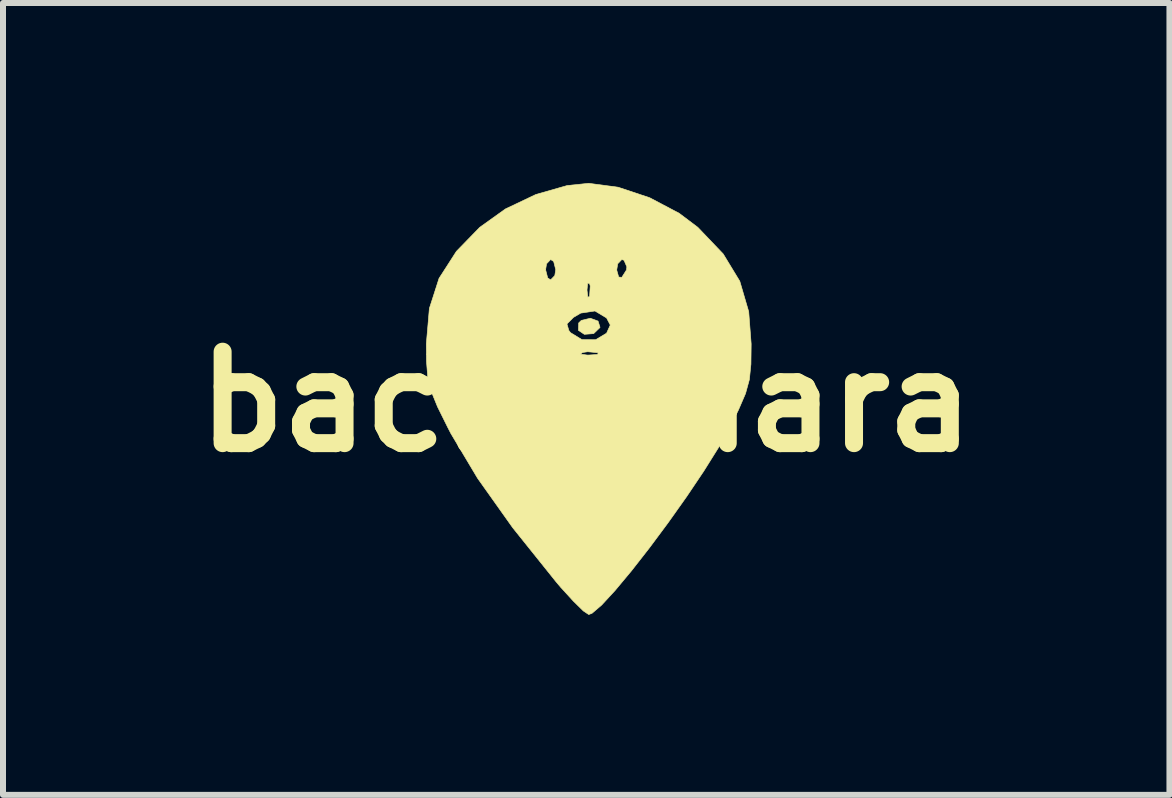
<source format=kicad_pcb>
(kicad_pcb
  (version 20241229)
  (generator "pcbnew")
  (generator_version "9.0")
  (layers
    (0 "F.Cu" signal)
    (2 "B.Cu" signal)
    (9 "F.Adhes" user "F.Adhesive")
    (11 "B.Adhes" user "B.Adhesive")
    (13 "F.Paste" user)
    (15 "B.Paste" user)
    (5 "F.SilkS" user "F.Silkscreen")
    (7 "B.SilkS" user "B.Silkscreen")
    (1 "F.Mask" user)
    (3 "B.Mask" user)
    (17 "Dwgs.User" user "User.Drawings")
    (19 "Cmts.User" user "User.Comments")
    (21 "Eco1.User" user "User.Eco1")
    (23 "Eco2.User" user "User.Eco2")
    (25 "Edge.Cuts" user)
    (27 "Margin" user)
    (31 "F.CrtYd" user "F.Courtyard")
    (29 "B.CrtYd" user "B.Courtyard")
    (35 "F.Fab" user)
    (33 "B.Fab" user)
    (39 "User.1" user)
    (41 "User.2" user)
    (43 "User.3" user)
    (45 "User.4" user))
  (footprint "back_chara"
    (layer "F.Cu")
    (at 6.72 3.646)
    (property "Reference" "back_chara" (at 0 0 0) (layer "F.SilkS") (effects (font (size 1.524 1.524) (thickness 0.3))))
    (attr through_hole)
    (fp_poly (pts (xy 0.197 -1.345) (xy 0.23 -1.241) (xy 0.229 -1.238) (xy 0.124 -1.136) (xy -0.031 -1.124) (xy -0.13 -1.19) (xy -0.126 -1.313) (xy -0.082 -1.356) (xy 0.069 -1.392) (xy 0.197 -1.345)) (stroke (width 0.01) (type solid)) (fill yes) (layer "F.SilkS"))
    (fp_poly (pts (xy 0.532 -3.576) (xy 1.057 -3.401) (xy 1.55 -3.141) (xy 1.859 -2.908) (xy 2.283 -2.464) (xy 2.559 -2.01) (xy 2.708 -1.502) (xy 2.749 -0.964) (xy 2.745 -0.626) (xy 2.719 -0.37) (xy 2.655 -0.137) (xy 2.538 0.134) (xy 2.39 0.433) (xy 2.203 0.766) (xy 1.959 1.156) (xy 1.674 1.58) (xy 1.366 2.014) (xy 1.053 2.435) (xy 0.752 2.82) (xy 0.481 3.145) (xy 0.257 3.388) (xy 0.097 3.525) (xy 0.042 3.546) (xy -0.048 3.486) (xy -0.213 3.324) (xy -0.425 3.092) (xy -0.502 3.001) (xy -1.225 2.099) (xy -1.811 1.274) (xy -2.255 0.53) (xy -2.305 0.433) (xy -2.478 0.084) (xy -2.584 -0.177) (xy -2.641 -0.409) (xy -2.662 -0.675) (xy -2.663 -0.794) (xy -0.096 -0.794) (xy 0.016 -0.779) (xy 0.042 -0.779) (xy 0.187 -0.788) (xy 0.2 -0.814) (xy 0.192 -0.818) (xy 0.024 -0.834) (xy -0.062 -0.821) (xy -0.096 -0.794) (xy -2.663 -0.794) (xy -2.665 -0.964) (xy -2.636 -1.297) (xy -0.321 -1.297) (xy -0.29 -1.189) (xy -0.262 -1.152) (xy -0.072 -1.036) (xy 0.157 -1.034) (xy 0.339 -1.143) (xy 0.401 -1.279) (xy 0.339 -1.397) (xy 0.146 -1.513) (xy -0.091 -1.478) (xy -0.213 -1.406) (xy -0.321 -1.297) (xy -2.636 -1.297) (xy -2.614 -1.556) (xy -2.515 -1.863) (xy 0.013 -1.863) (xy 0.027 -1.742) (xy 0.056 -1.757) (xy 0.067 -1.93) (xy 0.056 -1.968) (xy 0.025 -1.979) (xy 0.013 -1.863) (xy -2.515 -1.863) (xy -2.453 -2.057) (xy -2.36 -2.201) (xy -0.677 -2.201) (xy -0.642 -2.064) (xy -0.593 -2.032) (xy -0.524 -2.103) (xy -0.509 -2.196) (xy 0.508 -2.196) (xy 0.541 -2.079) (xy 0.593 -2.074) (xy 0.671 -2.197) (xy 0.677 -2.249) (xy 0.63 -2.358) (xy 0.593 -2.371) (xy 0.525 -2.3) (xy 0.508 -2.196) (xy -0.509 -2.196) (xy -0.508 -2.201) (xy -0.543 -2.339) (xy -0.593 -2.371) (xy -0.661 -2.3) (xy -0.677 -2.201) (xy -2.36 -2.201) (xy -2.163 -2.508) (xy -1.774 -2.908) (xy -1.346 -3.214) (xy -0.839 -3.455) (xy -0.317 -3.604) (xy 0.042 -3.641) (xy 0.532 -3.576)) (stroke (width 0.01) (type solid)) (fill yes) (layer "F.SilkS")))
  (gr_rect
    (start -3 -3)
    (end 16.44 10.197)
    (stroke (width 0.1) (type default))
    (fill no)
    (layer "Edge.Cuts")))
</source>
